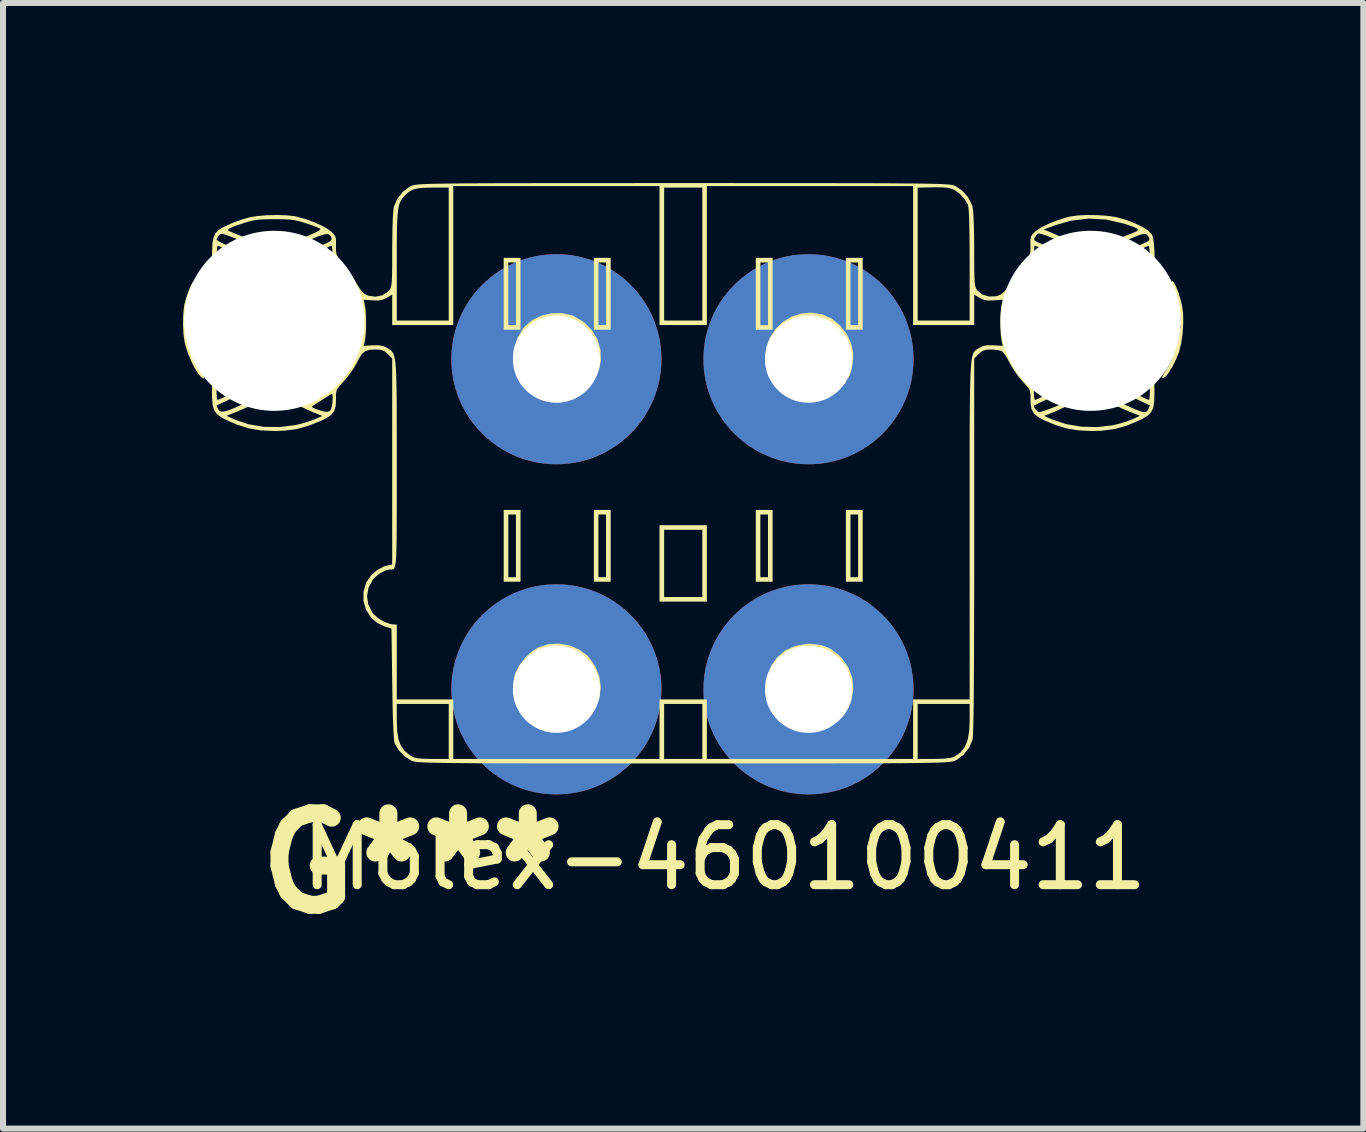
<source format=kicad_pcb>
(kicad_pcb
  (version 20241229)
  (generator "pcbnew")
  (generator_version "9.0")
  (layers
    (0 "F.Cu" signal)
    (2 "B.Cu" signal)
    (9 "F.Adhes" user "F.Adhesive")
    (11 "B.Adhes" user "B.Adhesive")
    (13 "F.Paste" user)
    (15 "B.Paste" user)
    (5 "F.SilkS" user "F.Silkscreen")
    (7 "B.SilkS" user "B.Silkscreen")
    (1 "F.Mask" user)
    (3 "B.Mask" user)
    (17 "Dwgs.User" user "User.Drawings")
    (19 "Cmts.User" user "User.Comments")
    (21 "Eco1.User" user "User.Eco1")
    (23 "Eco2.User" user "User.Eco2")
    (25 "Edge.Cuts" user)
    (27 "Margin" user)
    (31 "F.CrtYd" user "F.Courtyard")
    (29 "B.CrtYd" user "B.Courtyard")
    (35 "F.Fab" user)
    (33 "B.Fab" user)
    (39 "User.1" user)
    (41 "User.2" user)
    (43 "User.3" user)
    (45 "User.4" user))
  (footprint "Molex-460100411"
    (layer "F.Cu")
    (at 8.32 4.835)
    (property "Reference" "Molex-460100411" (at 0.7 6.4 0) (unlocked yes) (layer "F.SilkS") (effects (font (size 1 1) (thickness 0.15))))
    (attr through_hole)
    (fp_poly (pts (xy -2.698 -2.392) (xy -2.978 -2.392) (xy -2.978 -3.512) (xy -2.901 -3.512) (xy -2.901 -2.469) (xy -2.774 -2.469) (xy -2.774 -3.512) (xy -2.901 -3.512) (xy -2.978 -3.512) (xy -2.978 -3.589) (xy -2.698 -3.589)) (stroke (width 0) (type solid)) (fill yes) (layer "F.SilkS"))
    (fp_poly (pts (xy -2.698 1.807) (xy -2.978 1.807) (xy -2.978 0.687) (xy -2.901 0.687) (xy -2.901 1.731) (xy -2.774 1.731) (xy -2.774 0.687) (xy -2.901 0.687) (xy -2.978 0.687) (xy -2.978 0.611) (xy -2.698 0.611)) (stroke (width 0) (type solid)) (fill yes) (layer "F.SilkS"))
    (fp_poly (pts (xy -1.196 -2.392) (xy -1.476 -2.392) (xy -1.476 -3.512) (xy -1.4 -3.512) (xy -1.4 -2.469) (xy -1.273 -2.469) (xy -1.273 -3.512) (xy -1.4 -3.512) (xy -1.476 -3.512) (xy -1.476 -3.589) (xy -1.196 -3.589)) (stroke (width 0) (type solid)) (fill yes) (layer "F.SilkS"))
    (fp_poly (pts (xy -1.196 1.807) (xy -1.476 1.807) (xy -1.476 0.687) (xy -1.4 0.687) (xy -1.4 1.731) (xy -1.273 1.731) (xy -1.273 0.687) (xy -1.4 0.687) (xy -1.476 0.687) (xy -1.476 0.611) (xy -1.196 0.611)) (stroke (width 0) (type solid)) (fill yes) (layer "F.SilkS"))
    (fp_poly (pts (xy 0.407 2.138) (xy -0.382 2.138) (xy -0.382 0.942) (xy -0.305 0.942) (xy -0.305 2.062) (xy 0.331 2.062) (xy 0.331 0.942) (xy -0.305 0.942) (xy -0.382 0.942) (xy -0.382 0.865) (xy 0.407 0.865)) (stroke (width 0) (type solid)) (fill yes) (layer "F.SilkS"))
    (fp_poly (pts (xy 1.502 -2.392) (xy 1.222 -2.392) (xy 1.222 -3.512) (xy 1.298 -3.512) (xy 1.298 -2.469) (xy 1.425 -2.469) (xy 1.425 -3.512) (xy 1.298 -3.512) (xy 1.222 -3.512) (xy 1.222 -3.589) (xy 1.502 -3.589)) (stroke (width 0) (type solid)) (fill yes) (layer "F.SilkS"))
    (fp_poly (pts (xy 1.502 1.807) (xy 1.222 1.807) (xy 1.222 0.687) (xy 1.298 0.687) (xy 1.298 1.731) (xy 1.425 1.731) (xy 1.425 0.687) (xy 1.298 0.687) (xy 1.222 0.687) (xy 1.222 0.611) (xy 1.502 0.611)) (stroke (width 0) (type solid)) (fill yes) (layer "F.SilkS"))
    (fp_poly (pts (xy 3.003 -2.392) (xy 2.723 -2.392) (xy 2.723 -3.512) (xy 2.8 -3.512) (xy 2.8 -2.469) (xy 2.927 -2.469) (xy 2.927 -3.512) (xy 2.8 -3.512) (xy 2.723 -3.512) (xy 2.723 -3.589) (xy 3.003 -3.589)) (stroke (width 0) (type solid)) (fill yes) (layer "F.SilkS"))
    (fp_poly (pts (xy 3.003 1.807) (xy 2.723 1.807) (xy 2.723 0.687) (xy 2.8 0.687) (xy 2.8 1.731) (xy 2.927 1.731) (xy 2.927 0.687) (xy 2.8 0.687) (xy 2.723 0.687) (xy 2.723 0.611) (xy 3.003 0.611)) (stroke (width 0) (type solid)) (fill yes) (layer "F.SilkS"))
    (fp_poly (pts (xy -1.886 2.867) (xy -1.724 2.934) (xy -1.587 3.035) (xy -1.563 3.06) (xy -1.451 3.218) (xy -1.384 3.388) (xy -1.361 3.563) (xy -1.38 3.735) (xy -1.439 3.898) (xy -1.537 4.044) (xy -1.672 4.166) (xy -1.838 4.255) (xy -1.965 4.287) (xy -2.111 4.297) (xy -2.251 4.284) (xy -2.319 4.266) (xy -2.499 4.181) (xy -2.638 4.067) (xy -2.737 3.923) (xy -2.745 3.907) (xy -2.801 3.741) (xy -2.815 3.614) (xy -2.755 3.614) (xy -2.741 3.705) (xy -2.693 3.85) (xy -2.605 3.986) (xy -2.485 4.099) (xy -2.345 4.18) (xy -2.322 4.189) (xy -2.191 4.217) (xy -2.04 4.221) (xy -1.898 4.2) (xy -1.878 4.195) (xy -1.75 4.133) (xy -1.629 4.032) (xy -1.529 3.905) (xy -1.458 3.764) (xy -1.439 3.697) (xy -1.421 3.614) (xy -2.755 3.614) (xy -2.815 3.614) (xy -2.821 3.563) (xy -2.818 3.538) (xy -2.755 3.538) (xy -1.42 3.538) (xy -1.437 3.443) (xy -1.493 3.28) (xy -1.592 3.133) (xy -1.726 3.011) (xy -1.807 2.962) (xy -1.911 2.928) (xy -2.042 2.913) (xy -2.181 2.918) (xy -2.308 2.942) (xy -2.381 2.97) (xy -2.53 3.074) (xy -2.645 3.209) (xy -2.72 3.364) (xy -2.741 3.45) (xy -2.755 3.538) (xy -2.818 3.538) (xy -2.803 3.393) (xy -2.788 3.338) (xy -2.724 3.206) (xy -2.624 3.077) (xy -2.505 2.966) (xy -2.399 2.9) (xy -2.236 2.848) (xy -2.061 2.838)) (stroke (width 0) (type solid)) (fill yes) (layer "F.SilkS"))
    (fp_poly (pts (xy 2.304 2.86) (xy 2.458 2.918) (xy 2.596 3.02) (xy 2.658 3.083) (xy 2.769 3.242) (xy 2.832 3.415) (xy 2.847 3.6) (xy 2.813 3.792) (xy 2.774 3.897) (xy 2.697 4.024) (xy 2.585 4.134) (xy 2.429 4.232) (xy 2.418 4.238) (xy 2.311 4.274) (xy 2.178 4.292) (xy 2.037 4.292) (xy 1.911 4.272) (xy 1.863 4.257) (xy 1.688 4.161) (xy 1.551 4.033) (xy 1.453 3.877) (xy 1.4 3.699) (xy 1.393 3.614) (xy 1.447 3.614) (xy 1.465 3.697) (xy 1.514 3.833) (xy 1.597 3.965) (xy 1.703 4.079) (xy 1.821 4.164) (xy 1.889 4.193) (xy 2.001 4.215) (xy 2.135 4.22) (xy 2.264 4.209) (xy 2.348 4.189) (xy 2.496 4.111) (xy 2.621 3.996) (xy 2.713 3.856) (xy 2.762 3.709) (xy 2.78 3.614) (xy 1.447 3.614) (xy 1.393 3.614) (xy 1.39 3.576) (xy 1.394 3.538) (xy 1.445 3.538) (xy 2.11 3.538) (xy 2.312 3.537) (xy 2.469 3.536) (xy 2.586 3.534) (xy 2.669 3.531) (xy 2.724 3.525) (xy 2.756 3.518) (xy 2.771 3.508) (xy 2.774 3.496) (xy 2.752 3.379) (xy 2.693 3.253) (xy 2.605 3.133) (xy 2.497 3.029) (xy 2.408 2.971) (xy 2.291 2.93) (xy 2.149 2.913) (xy 2.003 2.918) (xy 1.872 2.947) (xy 1.82 2.97) (xy 1.673 3.075) (xy 1.557 3.211) (xy 1.482 3.369) (xy 1.463 3.443) (xy 1.445 3.538) (xy 1.394 3.538) (xy 1.411 3.381) (xy 1.476 3.208) (xy 1.579 3.064) (xy 1.715 2.951) (xy 1.88 2.876) (xy 2.068 2.842) (xy 2.125 2.84)) (stroke (width 0) (type solid)) (fill yes) (layer "F.SilkS"))
    (fp_poly (pts (xy 2.334 -2.646) (xy 2.342 -2.644) (xy 2.492 -2.574) (xy 2.625 -2.464) (xy 2.734 -2.325) (xy 2.81 -2.168) (xy 2.843 -2.015) (xy 2.844 -1.925) (xy 2.834 -1.825) (xy 2.817 -1.728) (xy 2.793 -1.646) (xy 2.768 -1.592) (xy 2.748 -1.578) (xy 2.728 -1.557) (xy 2.723 -1.527) (xy 2.721 -1.511) (xy 2.712 -1.499) (xy 2.689 -1.49) (xy 2.646 -1.483) (xy 2.578 -1.479) (xy 2.478 -1.477) (xy 2.34 -1.476) (xy 2.158 -1.476) (xy 2.125 -1.476) (xy 1.936 -1.476) (xy 1.791 -1.477) (xy 1.685 -1.479) (xy 1.612 -1.483) (xy 1.566 -1.489) (xy 1.54 -1.498) (xy 1.529 -1.509) (xy 1.527 -1.524) (xy 1.51 -1.572) (xy 1.49 -1.587) (xy 1.463 -1.617) (xy 1.433 -1.682) (xy 1.411 -1.746) (xy 1.395 -1.844) (xy 1.455 -1.844) (xy 1.461 -1.809) (xy 1.478 -1.762) (xy 1.489 -1.729) (xy 1.513 -1.665) (xy 1.536 -1.616) (xy 1.566 -1.581) (xy 1.61 -1.557) (xy 1.675 -1.542) (xy 1.768 -1.533) (xy 1.895 -1.53) (xy 2.065 -1.529) (xy 2.129 -1.529) (xy 2.642 -1.527) (xy 2.708 -1.659) (xy 2.745 -1.743) (xy 2.769 -1.816) (xy 2.774 -1.85) (xy 2.774 -1.909) (xy 2.112 -1.909) (xy 1.907 -1.909) (xy 1.747 -1.908) (xy 1.628 -1.906) (xy 1.544 -1.9) (xy 1.491 -1.888) (xy 1.463 -1.87) (xy 1.455 -1.844) (xy 1.395 -1.844) (xy 1.382 -1.927) (xy 1.388 -1.985) (xy 1.447 -1.985) (xy 2.774 -1.985) (xy 2.774 -2.042) (xy 2.757 -2.123) (xy 2.715 -2.224) (xy 2.654 -2.327) (xy 2.607 -2.39) (xy 2.49 -2.492) (xy 2.344 -2.56) (xy 2.181 -2.594) (xy 2.012 -2.59) (xy 1.851 -2.547) (xy 1.81 -2.529) (xy 1.663 -2.429) (xy 1.552 -2.293) (xy 1.479 -2.124) (xy 1.465 -2.068) (xy 1.447 -1.985) (xy 1.388 -1.985) (xy 1.399 -2.1) (xy 1.455 -2.259) (xy 1.547 -2.4) (xy 1.667 -2.518) (xy 1.812 -2.606) (xy 1.974 -2.66) (xy 2.15 -2.676)) (stroke (width 0) (type solid)) (fill yes) (layer "F.SilkS"))
    (fp_poly (pts (xy -1.839 -2.631) (xy -1.8 -2.615) (xy -1.635 -2.514) (xy -1.506 -2.382) (xy -1.414 -2.227) (xy -1.365 -2.055) (xy -1.36 -1.873) (xy -1.385 -1.746) (xy -1.414 -1.665) (xy -1.444 -1.607) (xy -1.464 -1.587) (xy -1.496 -1.552) (xy -1.502 -1.524) (xy -1.504 -1.509) (xy -1.515 -1.497) (xy -1.541 -1.489) (xy -1.587 -1.483) (xy -1.661 -1.479) (xy -1.767 -1.477) (xy -1.912 -1.476) (xy -2.1 -1.476) (xy -2.289 -1.476) (xy -2.434 -1.477) (xy -2.539 -1.479) (xy -2.612 -1.483) (xy -2.658 -1.489) (xy -2.684 -1.497) (xy -2.695 -1.509) (xy -2.698 -1.524) (xy -2.698 -1.527) (xy -2.708 -1.568) (xy -2.721 -1.578) (xy -2.742 -1.6) (xy -2.769 -1.657) (xy -2.788 -1.709) (xy -2.822 -1.889) (xy -2.821 -1.909) (xy -2.749 -1.909) (xy -2.749 -1.85) (xy -2.738 -1.795) (xy -2.709 -1.717) (xy -2.683 -1.659) (xy -2.617 -1.527) (xy -2.109 -1.527) (xy -1.934 -1.527) (xy -1.802 -1.529) (xy -1.707 -1.533) (xy -1.641 -1.538) (xy -1.598 -1.547) (xy -1.569 -1.56) (xy -1.552 -1.573) (xy -1.513 -1.627) (xy -1.473 -1.708) (xy -1.441 -1.795) (xy -1.426 -1.867) (xy -1.425 -1.874) (xy -1.433 -1.885) (xy -1.46 -1.893) (xy -1.512 -1.899) (xy -1.593 -1.904) (xy -1.709 -1.907) (xy -1.864 -1.908) (xy -2.065 -1.909) (xy -2.087 -1.909) (xy -2.749 -1.909) (xy -2.821 -1.909) (xy -2.815 -1.985) (xy -2.749 -1.985) (xy -1.421 -1.985) (xy -1.439 -2.068) (xy -1.474 -2.175) (xy -1.532 -2.288) (xy -1.601 -2.39) (xy -1.668 -2.458) (xy -1.815 -2.542) (xy -1.978 -2.587) (xy -2.146 -2.595) (xy -2.309 -2.564) (xy -2.456 -2.498) (xy -2.577 -2.396) (xy -2.582 -2.39) (xy -2.649 -2.295) (xy -2.705 -2.191) (xy -2.74 -2.095) (xy -2.748 -2.042) (xy -2.749 -1.985) (xy -2.815 -1.985) (xy -2.809 -2.074) (xy -2.751 -2.253) (xy -2.651 -2.417) (xy -2.624 -2.45) (xy -2.499 -2.555) (xy -2.346 -2.628) (xy -2.177 -2.667) (xy -2.003 -2.668)) (stroke (width 0) (type solid)) (fill yes) (layer "F.SilkS"))
    (fp_poly (pts (xy 0.57 -4.835) (xy 1.078 -4.834) (xy 1.541 -4.834) (xy 1.959 -4.834) (xy 2.335 -4.834) (xy 2.672 -4.833) (xy 2.972 -4.833) (xy 3.236 -4.832) (xy 3.468 -4.831) (xy 3.67 -4.829) (xy 3.843 -4.828) (xy 3.991 -4.826) (xy 4.115 -4.824) (xy 4.218 -4.821) (xy 4.301 -4.819) (xy 4.368 -4.815) (xy 4.421 -4.812) (xy 4.461 -4.808) (xy 4.491 -4.803) (xy 4.514 -4.798) (xy 4.532 -4.793) (xy 4.545 -4.787) (xy 4.662 -4.709) (xy 4.76 -4.597) (xy 4.825 -4.468) (xy 4.833 -4.44) (xy 4.842 -4.379) (xy 4.849 -4.275) (xy 4.855 -4.135) (xy 4.859 -3.966) (xy 4.861 -3.776) (xy 4.861 -3.721) (xy 4.861 -3.528) (xy 4.862 -3.38) (xy 4.865 -3.27) (xy 4.869 -3.19) (xy 4.875 -3.134) (xy 4.885 -3.096) (xy 4.897 -3.068) (xy 4.913 -3.045) (xy 4.996 -2.978) (xy 5.104 -2.945) (xy 5.221 -2.949) (xy 5.257 -2.958) (xy 5.312 -2.984) (xy 5.361 -3.026) (xy 5.414 -3.095) (xy 5.46 -3.169) (xy 5.531 -3.279) (xy 5.613 -3.397) (xy 5.685 -3.493) (xy 5.746 -3.572) (xy 5.78 -3.629) (xy 5.796 -3.684) (xy 5.799 -3.755) (xy 5.798 -3.797) (xy 5.797 -3.885) (xy 5.802 -3.913) (xy 5.861 -3.913) (xy 5.864 -3.882) (xy 5.904 -3.855) (xy 5.962 -3.831) (xy 6.033 -3.799) (xy 6.131 -3.748) (xy 6.236 -3.688) (xy 6.274 -3.665) (xy 6.379 -3.601) (xy 6.449 -3.562) (xy 6.49 -3.544) (xy 6.51 -3.544) (xy 6.515 -3.56) (xy 6.515 -3.563) (xy 6.532 -3.598) (xy 6.568 -3.642) (xy 6.603 -3.681) (xy 6.613 -3.702) (xy 6.601 -3.71) (xy 7.027 -3.71) (xy 7.095 -3.624) (xy 7.14 -3.572) (xy 7.171 -3.555) (xy 7.205 -3.567) (xy 7.222 -3.578) (xy 7.278 -3.613) (xy 7.356 -3.66) (xy 7.407 -3.691) (xy 7.507 -3.746) (xy 7.616 -3.8) (xy 7.66 -3.82) (xy 7.739 -3.856) (xy 7.777 -3.883) (xy 7.781 -3.911) (xy 7.758 -3.951) (xy 7.754 -3.956) (xy 7.726 -3.984) (xy 7.69 -3.989) (xy 7.627 -3.973) (xy 7.62 -3.971) (xy 7.555 -3.946) (xy 7.458 -3.906) (xy 7.346 -3.857) (xy 7.274 -3.824) (xy 7.027 -3.71) (xy 6.601 -3.71) (xy 6.579 -3.723) (xy 6.51 -3.758) (xy 6.418 -3.802) (xy 6.316 -3.85) (xy 6.214 -3.896) (xy 6.125 -3.935) (xy 6.061 -3.96) (xy 5.984 -3.986) (xy 5.939 -3.995) (xy 5.913 -3.986) (xy 5.891 -3.96) (xy 5.889 -3.959) (xy 5.861 -3.913) (xy 5.802 -3.913) (xy 5.806 -3.941) (xy 5.832 -3.983) (xy 5.881 -4.029) (xy 5.889 -4.036) (xy 5.927 -4.062) (xy 6.02 -4.062) (xy 6.172 -3.998) (xy 6.269 -3.955) (xy 6.388 -3.898) (xy 6.506 -3.839) (xy 6.528 -3.827) (xy 6.63 -3.778) (xy 6.724 -3.74) (xy 6.796 -3.72) (xy 6.814 -3.718) (xy 6.881 -3.73) (xy 6.982 -3.766) (xy 7.111 -3.824) (xy 7.149 -3.843) (xy 7.252 -3.894) (xy 7.337 -3.935) (xy 7.394 -3.962) (xy 7.414 -3.97) (xy 7.442 -3.979) (xy 7.5 -4.002) (xy 7.522 -4.011) (xy 7.571 -4.034) (xy 7.591 -4.054) (xy 7.578 -4.075) (xy 7.527 -4.1) (xy 7.434 -4.133) (xy 7.35 -4.161) (xy 7.06 -4.227) (xy 6.769 -4.243) (xy 6.477 -4.209) (xy 6.205 -4.131) (xy 6.02 -4.062) (xy 5.927 -4.062) (xy 5.977 -4.095) (xy 6.101 -4.157) (xy 6.246 -4.215) (xy 6.397 -4.262) (xy 6.461 -4.278) (xy 6.582 -4.295) (xy 6.735 -4.303) (xy 6.902 -4.301) (xy 7.065 -4.291) (xy 7.206 -4.271) (xy 7.238 -4.265) (xy 7.389 -4.222) (xy 7.533 -4.168) (xy 7.659 -4.107) (xy 7.757 -4.045) (xy 7.817 -3.986) (xy 7.824 -3.974) (xy 7.842 -3.917) (xy 7.855 -3.828) (xy 7.863 -3.719) (xy 7.868 -3.598) (xy 7.868 -3.478) (xy 7.863 -3.368) (xy 7.854 -3.28) (xy 7.84 -3.223) (xy 7.826 -3.207) (xy 7.809 -3.215) (xy 7.798 -3.243) (xy 7.792 -3.301) (xy 7.789 -3.395) (xy 7.788 -3.499) (xy 7.786 -3.615) (xy 7.782 -3.708) (xy 7.776 -3.771) (xy 7.769 -3.792) (xy 7.735 -3.779) (xy 7.669 -3.747) (xy 7.581 -3.701) (xy 7.484 -3.647) (xy 7.388 -3.592) (xy 7.304 -3.542) (xy 7.244 -3.503) (xy 7.234 -3.496) (xy 7.181 -3.448) (xy 7.157 -3.396) (xy 7.152 -3.32) (xy 7.147 -3.245) (xy 7.129 -3.211) (xy 7.114 -3.207) (xy 7.093 -3.217) (xy 7.081 -3.255) (xy 7.076 -3.33) (xy 7.075 -3.384) (xy 7.069 -3.5) (xy 7.044 -3.575) (xy 6.991 -3.618) (xy 6.903 -3.636) (xy 6.815 -3.639) (xy 6.703 -3.632) (xy 6.629 -3.602) (xy 6.587 -3.544) (xy 6.569 -3.449) (xy 6.566 -3.372) (xy 6.564 -3.279) (xy 6.555 -3.228) (xy 6.537 -3.208) (xy 6.528 -3.207) (xy 6.504 -3.221) (xy 6.492 -3.27) (xy 6.49 -3.328) (xy 6.488 -3.393) (xy 6.476 -3.437) (xy 6.444 -3.473) (xy 6.383 -3.516) (xy 6.343 -3.542) (xy 6.265 -3.589) (xy 6.171 -3.642) (xy 6.073 -3.695) (xy 5.982 -3.742) (xy 5.911 -3.776) (xy 5.87 -3.792) (xy 5.867 -3.792) (xy 5.862 -3.768) (xy 5.858 -3.704) (xy 5.855 -3.608) (xy 5.854 -3.499) (xy 5.853 -3.37) (xy 5.849 -3.284) (xy 5.841 -3.233) (xy 5.828 -3.211) (xy 5.817 -3.207) (xy 5.793 -3.223) (xy 5.779 -3.275) (xy 5.772 -3.352) (xy 5.765 -3.497) (xy 5.665 -3.352) (xy 5.613 -3.28) (xy 5.571 -3.228) (xy 5.547 -3.207) (xy 5.547 -3.207) (xy 5.523 -3.184) (xy 5.492 -3.122) (xy 5.459 -3.034) (xy 5.427 -2.931) (xy 5.399 -2.824) (xy 5.379 -2.725) (xy 5.37 -2.645) (xy 5.37 -2.641) (xy 5.37 -2.545) (xy 8.3 -2.545) (xy 8.283 -2.666) (xy 8.267 -2.748) (xy 8.239 -2.858) (xy 8.204 -2.973) (xy 8.196 -2.997) (xy 8.162 -3.105) (xy 8.147 -3.171) (xy 8.149 -3.203) (xy 8.158 -3.207) (xy 8.186 -3.183) (xy 8.22 -3.119) (xy 8.258 -3.024) (xy 8.296 -2.906) (xy 8.322 -2.803) (xy 8.341 -2.668) (xy 8.344 -2.504) (xy 8.333 -2.329) (xy 8.309 -2.163) (xy 8.274 -2.023) (xy 8.273 -2.02) (xy 8.225 -1.902) (xy 8.17 -1.789) (xy 8.112 -1.691) (xy 8.059 -1.62) (xy 8.016 -1.584) (xy 8.01 -1.583) (xy 7.992 -1.587) (xy 7.998 -1.616) (xy 8.031 -1.675) (xy 8.063 -1.726) (xy 8.148 -1.885) (xy 8.22 -2.074) (xy 8.271 -2.269) (xy 8.284 -2.348) (xy 8.3 -2.469) (xy 5.37 -2.469) (xy 5.37 -2.377) (xy 5.383 -2.252) (xy 5.419 -2.103) (xy 5.472 -1.95) (xy 5.53 -1.823) (xy 5.583 -1.733) (xy 5.641 -1.652) (xy 5.695 -1.588) (xy 5.74 -1.549) (xy 5.768 -1.543) (xy 5.772 -1.549) (xy 5.802 -1.575) (xy 5.818 -1.578) (xy 5.838 -1.566) (xy 5.849 -1.523) (xy 5.853 -1.44) (xy 5.854 -1.4) (xy 5.856 -1.312) (xy 5.863 -1.248) (xy 5.872 -1.222) (xy 5.873 -1.222) (xy 5.909 -1.234) (xy 5.977 -1.266) (xy 6.066 -1.312) (xy 6.166 -1.365) (xy 6.263 -1.421) (xy 6.348 -1.472) (xy 6.375 -1.49) (xy 6.466 -1.547) (xy 6.523 -1.572) (xy 6.554 -1.567) (xy 6.566 -1.533) (xy 6.566 -1.516) (xy 6.589 -1.446) (xy 6.655 -1.4) (xy 6.767 -1.377) (xy 6.835 -1.374) (xy 6.945 -1.382) (xy 7.017 -1.409) (xy 7.063 -1.461) (xy 7.087 -1.521) (xy 7.107 -1.565) (xy 7.122 -1.578) (xy 7.151 -1.565) (xy 7.208 -1.53) (xy 7.273 -1.488) (xy 7.344 -1.443) (xy 7.434 -1.391) (xy 7.533 -1.337) (xy 7.627 -1.287) (xy 7.707 -1.248) (xy 7.76 -1.225) (xy 7.773 -1.222) (xy 7.78 -1.245) (xy 7.786 -1.306) (xy 7.788 -1.393) (xy 7.788 -1.4) (xy 7.79 -1.497) (xy 7.798 -1.552) (xy 7.814 -1.575) (xy 7.826 -1.578) (xy 7.845 -1.569) (xy 7.856 -1.537) (xy 7.862 -1.472) (xy 7.864 -1.366) (xy 7.864 -1.348) (xy 7.861 -1.203) (xy 7.845 -1.099) (xy 7.811 -1.022) (xy 7.753 -0.962) (xy 7.665 -0.908) (xy 7.602 -0.877) (xy 7.394 -0.79) (xy 7.196 -0.736) (xy 6.987 -0.709) (xy 6.821 -0.704) (xy 6.602 -0.714) (xy 6.406 -0.746) (xy 6.212 -0.805) (xy 6.055 -0.87) (xy 5.937 -0.93) (xy 5.905 -0.955) (xy 6.026 -0.955) (xy 6.155 -0.899) (xy 6.388 -0.82) (xy 6.644 -0.777) (xy 6.908 -0.769) (xy 7.164 -0.799) (xy 7.181 -0.803) (xy 7.296 -0.831) (xy 7.411 -0.867) (xy 7.494 -0.899) (xy 7.621 -0.957) (xy 7.444 -1.028) (xy 7.328 -1.077) (xy 7.197 -1.139) (xy 7.083 -1.198) (xy 6.987 -1.245) (xy 6.899 -1.281) (xy 6.834 -1.297) (xy 6.825 -1.298) (xy 6.77 -1.286) (xy 6.685 -1.255) (xy 6.584 -1.21) (xy 6.537 -1.187) (xy 6.422 -1.128) (xy 6.302 -1.071) (xy 6.199 -1.025) (xy 6.175 -1.015) (xy 6.026 -0.955) (xy 5.905 -0.955) (xy 5.86 -0.991) (xy 5.817 -1.063) (xy 5.81 -1.106) (xy 5.857 -1.106) (xy 5.881 -1.068) (xy 5.915 -1.032) (xy 5.943 -1.018) (xy 5.983 -1.027) (xy 6.055 -1.051) (xy 6.148 -1.085) (xy 6.178 -1.096) (xy 6.289 -1.143) (xy 6.4 -1.193) (xy 6.487 -1.236) (xy 6.495 -1.24) (xy 6.614 -1.304) (xy 6.614 -1.305) (xy 7.027 -1.305) (xy 7.3 -1.177) (xy 7.448 -1.108) (xy 7.557 -1.06) (xy 7.635 -1.031) (xy 7.687 -1.019) (xy 7.722 -1.023) (xy 7.745 -1.042) (xy 7.764 -1.071) (xy 7.782 -1.114) (xy 7.784 -1.131) (xy 7.758 -1.144) (xy 7.699 -1.172) (xy 7.617 -1.21) (xy 7.607 -1.215) (xy 7.495 -1.27) (xy 7.378 -1.334) (xy 7.299 -1.381) (xy 7.16 -1.47) (xy 7.094 -1.387) (xy 7.027 -1.305) (xy 6.614 -1.305) (xy 6.548 -1.387) (xy 6.482 -1.47) (xy 6.35 -1.386) (xy 6.256 -1.33) (xy 6.142 -1.268) (xy 6.042 -1.217) (xy 5.957 -1.177) (xy 5.893 -1.145) (xy 5.86 -1.129) (xy 5.858 -1.129) (xy 5.857 -1.106) (xy 5.81 -1.106) (xy 5.8 -1.16) (xy 5.799 -1.232) (xy 5.799 -1.311) (xy 5.791 -1.366) (xy 5.768 -1.414) (xy 5.723 -1.47) (xy 5.663 -1.535) (xy 5.582 -1.634) (xy 5.504 -1.747) (xy 5.448 -1.846) (xy 5.403 -1.931) (xy 5.357 -1.999) (xy 5.322 -2.035) (xy 5.267 -2.05) (xy 5.186 -2.06) (xy 5.141 -2.062) (xy 5.054 -2.056) (xy 4.995 -2.036) (xy 4.94 -1.991) (xy 4.936 -1.987) (xy 4.861 -1.913) (xy 4.861 1.208) (xy 4.861 1.735) (xy 4.86 2.211) (xy 4.859 2.639) (xy 4.858 3.019) (xy 4.856 3.351) (xy 4.854 3.638) (xy 4.852 3.879) (xy 4.849 4.076) (xy 4.845 4.23) (xy 4.841 4.342) (xy 4.837 4.413) (xy 4.833 4.44) (xy 4.777 4.571) (xy 4.685 4.688) (xy 4.571 4.775) (xy 4.545 4.787) (xy 4.53 4.793) (xy 4.513 4.799) (xy 4.489 4.804) (xy 4.458 4.808) (xy 4.417 4.812) (xy 4.363 4.816) (xy 4.295 4.819) (xy 4.21 4.822) (xy 4.105 4.824) (xy 3.979 4.826) (xy 3.83 4.828) (xy 3.654 4.83) (xy 3.45 4.831) (xy 3.215 4.832) (xy 2.948 4.833) (xy 2.645 4.833) (xy 2.305 4.834) (xy 1.925 4.834) (xy 1.503 4.834) (xy 1.037 4.834) (xy 0.524 4.835) (xy 0.013 4.835) (xy -0.545 4.835) (xy -1.053 4.834) (xy -1.516 4.834) (xy -1.934 4.834) (xy -2.31 4.834) (xy -2.647 4.833) (xy -2.947 4.833) (xy -3.212 4.832) (xy -3.444 4.831) (xy -3.645 4.829) (xy -3.819 4.828) (xy -3.966 4.826) (xy -4.09 4.824) (xy -4.193 4.821) (xy -4.277 4.819) (xy -4.344 4.815) (xy -4.396 4.812) (xy -4.436 4.808) (xy -4.466 4.803) (xy -4.489 4.798) (xy -4.506 4.793) (xy -4.519 4.788) (xy -4.629 4.716) (xy -4.727 4.613) (xy -4.793 4.506) (xy -4.803 4.459) (xy -4.811 4.361) (xy -4.819 4.213) (xy -4.826 4.015) (xy -4.83 3.843) (xy -4.759 3.843) (xy -4.759 4.111) (xy -4.753 4.292) (xy -4.731 4.432) (xy -4.69 4.541) (xy -4.627 4.627) (xy -4.538 4.699) (xy -4.518 4.712) (xy -4.472 4.734) (xy -4.413 4.748) (xy -4.329 4.756) (xy -4.21 4.759) (xy -4.168 4.759) (xy -3.894 4.759) (xy -3.894 3.843) (xy -4.759 3.843) (xy -4.83 3.843) (xy -4.831 3.768) (xy -4.835 3.514) (xy -4.848 2.588) (xy -4.944 2.56) (xy -5.085 2.495) (xy -5.196 2.395) (xy -5.274 2.269) (xy -5.315 2.125) (xy -5.314 1.973) (xy -5.269 1.822) (xy -5.265 1.813) (xy -5.192 1.706) (xy -5.091 1.616) (xy -4.977 1.553) (xy -4.922 1.538) (xy -4.836 1.521) (xy -4.836 -1.913) (xy -4.91 -1.987) (xy -4.965 -2.034) (xy -5.024 -2.056) (xy -5.108 -2.062) (xy -5.115 -2.062) (xy -5.218 -2.056) (xy -5.29 -2.032) (xy -5.346 -1.982) (xy -5.398 -1.895) (xy -5.421 -1.848) (xy -5.479 -1.747) (xy -5.557 -1.635) (xy -5.637 -1.538) (xy -5.706 -1.462) (xy -5.748 -1.408) (xy -5.768 -1.361) (xy -5.774 -1.305) (xy -5.772 -1.234) (xy -5.777 -1.12) (xy -5.803 -1.034) (xy -5.859 -0.966) (xy -5.953 -0.906) (xy -6.03 -0.87) (xy -6.237 -0.788) (xy -6.429 -0.736) (xy -6.628 -0.71) (xy -6.795 -0.704) (xy -7.025 -0.714) (xy -7.228 -0.749) (xy -7.427 -0.812) (xy -7.576 -0.877) (xy -7.684 -0.933) (xy -7.717 -0.957) (xy -7.596 -0.957) (xy -7.463 -0.897) (xy -7.231 -0.817) (xy -6.976 -0.774) (xy -6.71 -0.77) (xy -6.448 -0.803) (xy -6.333 -0.831) (xy -6.217 -0.866) (xy -6.128 -0.899) (xy -6 -0.955) (xy -6.15 -1.015) (xy -6.243 -1.056) (xy -6.36 -1.111) (xy -6.362 -1.112) (xy -6.172 -1.112) (xy -6.162 -1.095) (xy -6.113 -1.073) (xy -6.082 -1.062) (xy -5.982 -1.031) (xy -5.918 -1.023) (xy -5.877 -1.038) (xy -5.855 -1.067) (xy -5.841 -1.112) (xy -5.832 -1.177) (xy -5.828 -1.246) (xy -5.829 -1.301) (xy -5.838 -1.323) (xy -5.838 -1.323) (xy -5.863 -1.311) (xy -5.918 -1.277) (xy -5.975 -1.241) (xy -6.052 -1.191) (xy -6.118 -1.149) (xy -6.148 -1.13) (xy -6.172 -1.112) (xy -6.362 -1.112) (xy -6.48 -1.17) (xy -6.512 -1.187) (xy -6.614 -1.236) (xy -6.708 -1.274) (xy -6.779 -1.295) (xy -6.799 -1.298) (xy -6.857 -1.286) (xy -6.942 -1.254) (xy -7.037 -1.209) (xy -7.057 -1.198) (xy -7.175 -1.137) (xy -7.306 -1.076) (xy -7.418 -1.028) (xy -7.596 -0.957) (xy -7.717 -0.957) (xy -7.758 -0.988) (xy -7.804 -1.054) (xy -7.825 -1.131) (xy -7.758 -1.131) (xy -7.754 -1.106) (xy -7.737 -1.068) (xy -7.713 -1.039) (xy -7.677 -1.026) (xy -7.622 -1.031) (xy -7.543 -1.056) (xy -7.432 -1.102) (xy -7.283 -1.171) (xy -7.277 -1.174) (xy -7.002 -1.305) (xy -7.002 -1.305) (xy -6.589 -1.305) (xy -6.469 -1.238) (xy -6.381 -1.194) (xy -6.315 -1.175) (xy -6.252 -1.18) (xy -6.188 -1.199) (xy -6.134 -1.222) (xy -6.109 -1.242) (xy -6.109 -1.243) (xy -6.13 -1.263) (xy -6.184 -1.301) (xy -6.261 -1.35) (xy -6.284 -1.364) (xy -6.458 -1.469) (xy -6.523 -1.387) (xy -6.589 -1.305) (xy -7.002 -1.305) (xy -7.068 -1.387) (xy -7.134 -1.47) (xy -7.274 -1.381) (xy -7.374 -1.322) (xy -7.492 -1.258) (xy -7.581 -1.215) (xy -7.664 -1.176) (xy -7.727 -1.146) (xy -7.757 -1.131) (xy -7.758 -1.131) (xy -7.825 -1.131) (xy -7.828 -1.142) (xy -7.838 -1.264) (xy -7.839 -1.348) (xy -7.837 -1.46) (xy -7.832 -1.53) (xy -7.821 -1.566) (xy -7.804 -1.578) (xy -7.801 -1.578) (xy -7.78 -1.567) (xy -7.768 -1.53) (xy -7.763 -1.456) (xy -7.763 -1.4) (xy -7.761 -1.312) (xy -7.756 -1.248) (xy -7.748 -1.222) (xy -7.748 -1.222) (xy -7.713 -1.234) (xy -7.645 -1.265) (xy -7.557 -1.31) (xy -7.459 -1.363) (xy -7.363 -1.417) (xy -7.281 -1.467) (xy -7.248 -1.488) (xy -7.155 -1.546) (xy -7.096 -1.572) (xy -7.063 -1.567) (xy -7.05 -1.53) (xy -7.05 -1.516) (xy -7.027 -1.446) (xy -6.96 -1.399) (xy -6.85 -1.377) (xy -6.79 -1.374) (xy -6.668 -1.388) (xy -6.585 -1.428) (xy -6.545 -1.493) (xy -6.541 -1.527) (xy -6.533 -1.565) (xy -6.505 -1.574) (xy -6.452 -1.553) (xy -6.365 -1.501) (xy -6.353 -1.493) (xy -6.26 -1.434) (xy -6.165 -1.377) (xy -6.117 -1.35) (xy -6.012 -1.292) (xy -5.92 -1.361) (xy -5.855 -1.422) (xy -5.83 -1.482) (xy -5.828 -1.505) (xy -5.816 -1.556) (xy -5.787 -1.58) (xy -5.757 -1.57) (xy -5.747 -1.549) (xy -5.726 -1.543) (xy -5.686 -1.573) (xy -5.633 -1.63) (xy -5.576 -1.706) (xy -5.521 -1.794) (xy -5.505 -1.823) (xy -5.441 -1.963) (xy -5.39 -2.117) (xy -5.356 -2.264) (xy -5.345 -2.377) (xy -5.345 -2.469) (xy -8.275 -2.469) (xy -8.259 -2.348) (xy -8.22 -2.159) (xy -8.157 -1.966) (xy -8.076 -1.791) (xy -8.039 -1.729) (xy -7.987 -1.641) (xy -7.968 -1.591) (xy -7.978 -1.578) (xy -8.019 -1.601) (xy -8.07 -1.662) (xy -8.127 -1.754) (xy -8.183 -1.865) (xy -8.234 -1.987) (xy -8.275 -2.109) (xy -8.294 -2.184) (xy -8.312 -2.309) (xy -8.32 -2.458) (xy -8.319 -2.611) (xy -8.308 -2.748) (xy -8.297 -2.817) (xy -8.267 -2.928) (xy -8.231 -3.033) (xy -8.193 -3.122) (xy -8.159 -3.184) (xy -8.133 -3.207) (xy -8.133 -3.207) (xy -8.12 -3.192) (xy -8.126 -3.146) (xy -8.149 -3.061) (xy -8.17 -2.997) (xy -8.206 -2.883) (xy -8.236 -2.771) (xy -8.256 -2.68) (xy -8.258 -2.666) (xy -8.275 -2.545) (xy -5.345 -2.545) (xy -5.345 -2.641) (xy -5.352 -2.718) (xy -5.371 -2.816) (xy -5.391 -2.891) (xy -5.312 -2.891) (xy -5.291 -2.801) (xy -5.278 -2.713) (xy -5.272 -2.594) (xy -5.271 -2.462) (xy -5.275 -2.337) (xy -5.286 -2.237) (xy -5.29 -2.213) (xy -5.311 -2.123) (xy -5.156 -2.132) (xy -5.054 -2.133) (xy -4.981 -2.119) (xy -4.917 -2.088) (xy -4.887 -2.069) (xy -4.861 -2.051) (xy -4.839 -2.029) (xy -4.82 -2) (xy -4.805 -1.961) (xy -4.792 -1.907) (xy -4.782 -1.836) (xy -4.774 -1.743) (xy -4.769 -1.625) (xy -4.765 -1.479) (xy -4.762 -1.3) (xy -4.76 -1.085) (xy -4.76 -0.831) (xy -4.759 -0.533) (xy -4.759 -0.189) (xy -4.759 -0.144) (xy -4.759 0.197) (xy -4.759 0.491) (xy -4.76 0.74) (xy -4.761 0.95) (xy -4.762 1.122) (xy -4.765 1.262) (xy -4.769 1.371) (xy -4.774 1.455) (xy -4.782 1.516) (xy -4.791 1.558) (xy -4.802 1.584) (xy -4.816 1.598) (xy -4.833 1.603) (xy -4.853 1.604) (xy -4.875 1.603) (xy -4.878 1.603) (xy -4.954 1.622) (xy -5.042 1.669) (xy -5.123 1.733) (xy -5.158 1.772) (xy -5.229 1.904) (xy -5.255 2.046) (xy -5.234 2.187) (xy -5.168 2.318) (xy -5.148 2.344) (xy -5.07 2.414) (xy -4.971 2.473) (xy -4.871 2.511) (xy -4.817 2.519) (xy -4.759 2.52) (xy -4.759 3.767) (xy -3.818 3.767) (xy -3.818 4.759) (xy -0.382 4.759) (xy -0.382 3.843) (xy -0.305 3.843) (xy -0.305 4.759) (xy 0.331 4.759) (xy 0.331 3.843) (xy -0.305 3.843) (xy -0.382 3.843) (xy -0.382 3.767) (xy 0.407 3.767) (xy 0.407 4.759) (xy 3.843 4.759) (xy 3.843 3.843) (xy 3.919 3.843) (xy 3.919 4.759) (xy 4.188 4.759) (xy 4.349 4.755) (xy 4.463 4.743) (xy 4.525 4.724) (xy 4.627 4.655) (xy 4.701 4.566) (xy 4.75 4.449) (xy 4.777 4.298) (xy 4.785 4.111) (xy 4.785 3.843) (xy 3.919 3.843) (xy 3.843 3.843) (xy 3.843 3.767) (xy 4.785 3.767) (xy 4.785 0.954) (xy 4.785 0.504) (xy 4.785 0.103) (xy 4.785 -0.253) (xy 4.785 -0.566) (xy 4.786 -0.84) (xy 4.788 -1.077) (xy 4.79 -1.279) (xy 4.793 -1.451) (xy 4.797 -1.594) (xy 4.803 -1.711) (xy 4.809 -1.806) (xy 4.817 -1.881) (xy 4.827 -1.938) (xy 4.839 -1.981) (xy 4.852 -2.013) (xy 4.868 -2.035) (xy 4.885 -2.052) (xy 4.905 -2.066) (xy 4.928 -2.079) (xy 4.942 -2.088) (xy 5.007 -2.12) (xy 5.08 -2.133) (xy 5.182 -2.132) (xy 5.337 -2.123) (xy 5.316 -2.213) (xy 5.304 -2.301) (xy 5.297 -2.42) (xy 5.296 -2.552) (xy 5.301 -2.677) (xy 5.311 -2.777) (xy 5.316 -2.801) (xy 5.337 -2.891) (xy 5.189 -2.881) (xy 5.088 -2.879) (xy 5.013 -2.893) (xy 4.951 -2.923) (xy 4.861 -2.976) (xy 4.861 -2.469) (xy 3.843 -2.469) (xy 3.843 -4.759) (xy 3.919 -4.759) (xy 3.919 -2.545) (xy 4.785 -2.545) (xy 4.785 -3.472) (xy 4.784 -3.746) (xy 4.782 -3.979) (xy 4.778 -4.17) (xy 4.773 -4.317) (xy 4.766 -4.417) (xy 4.758 -4.469) (xy 4.758 -4.471) (xy 4.706 -4.561) (xy 4.626 -4.65) (xy 4.538 -4.717) (xy 4.53 -4.721) (xy 4.48 -4.742) (xy 4.42 -4.756) (xy 4.339 -4.763) (xy 4.226 -4.765) (xy 4.117 -4.763) (xy 3.919 -4.759) (xy 3.843 -4.759) (xy 3.843 -4.785) (xy 0.407 -4.785) (xy 0.407 -2.469) (xy -0.382 -2.469) (xy -0.382 -4.759) (xy -0.305 -4.759) (xy -0.305 -2.545) (xy 0.331 -2.545) (xy 0.331 -4.759) (xy -0.305 -4.759) (xy -0.382 -4.759) (xy -0.382 -4.785) (xy -3.818 -4.785) (xy -3.818 -2.469) (xy -4.836 -2.469) (xy -4.836 -2.976) (xy -4.926 -2.923) (xy -4.996 -2.891) (xy -5.072 -2.878) (xy -5.164 -2.881) (xy -5.312 -2.891) (xy -5.391 -2.891) (xy -5.399 -2.923) (xy -5.431 -3.027) (xy -5.464 -3.117) (xy -5.495 -3.181) (xy -5.52 -3.207) (xy -5.522 -3.207) (xy -5.544 -3.226) (xy -5.586 -3.277) (xy -5.638 -3.349) (xy -5.64 -3.352) (xy -5.739 -3.497) (xy -5.747 -3.352) (xy -5.756 -3.263) (xy -5.771 -3.217) (xy -5.791 -3.207) (xy -5.808 -3.216) (xy -5.819 -3.247) (xy -5.825 -3.308) (xy -5.828 -3.408) (xy -5.828 -3.499) (xy -5.829 -3.615) (xy -5.832 -3.709) (xy -5.837 -3.771) (xy -5.842 -3.792) (xy -5.876 -3.78) (xy -5.943 -3.749) (xy -6.031 -3.703) (xy -6.128 -3.651) (xy -6.223 -3.598) (xy -6.304 -3.549) (xy -6.356 -3.514) (xy -6.421 -3.464) (xy -6.453 -3.42) (xy -6.464 -3.365) (xy -6.465 -3.321) (xy -6.47 -3.246) (xy -6.487 -3.211) (xy -6.503 -3.207) (xy -6.524 -3.218) (xy -6.536 -3.257) (xy -6.541 -3.335) (xy -6.541 -3.372) (xy -6.548 -3.493) (xy -6.575 -3.572) (xy -6.629 -3.617) (xy -6.718 -3.637) (xy -6.793 -3.639) (xy -6.91 -3.632) (xy -6.987 -3.604) (xy -7.035 -3.547) (xy -7.06 -3.453) (xy -7.069 -3.378) (xy -7.08 -3.283) (xy -7.095 -3.226) (xy -7.109 -3.209) (xy -7.121 -3.235) (xy -7.126 -3.308) (xy -7.126 -3.32) (xy -7.132 -3.398) (xy -7.157 -3.449) (xy -7.209 -3.496) (xy -7.261 -3.532) (xy -7.34 -3.58) (xy -7.435 -3.634) (xy -7.533 -3.688) (xy -7.624 -3.737) (xy -7.696 -3.773) (xy -7.739 -3.791) (xy -7.743 -3.792) (xy -7.751 -3.768) (xy -7.757 -3.704) (xy -7.761 -3.608) (xy -7.763 -3.499) (xy -7.764 -3.371) (xy -7.767 -3.285) (xy -7.775 -3.235) (xy -7.787 -3.211) (xy -7.801 -3.207) (xy -7.817 -3.214) (xy -7.827 -3.241) (xy -7.834 -3.296) (xy -7.838 -3.385) (xy -7.839 -3.516) (xy -7.839 -3.538) (xy -7.837 -3.707) (xy -7.83 -3.834) (xy -7.819 -3.892) (xy -7.763 -3.892) (xy -7.741 -3.874) (xy -7.685 -3.843) (xy -7.616 -3.811) (xy -7.516 -3.762) (xy -7.4 -3.7) (xy -7.304 -3.644) (xy -7.139 -3.543) (xy -7.071 -3.623) (xy -7.004 -3.703) (xy -7.005 -3.704) (xy -6.586 -3.704) (xy -6.575 -3.683) (xy -6.539 -3.639) (xy -6.522 -3.62) (xy -6.475 -3.572) (xy -6.443 -3.557) (xy -6.406 -3.571) (xy -6.391 -3.58) (xy -6.337 -3.614) (xy -6.258 -3.662) (xy -6.187 -3.704) (xy -6.092 -3.756) (xy -5.996 -3.805) (xy -5.938 -3.83) (xy -5.872 -3.862) (xy -5.846 -3.892) (xy -5.847 -3.923) (xy -5.87 -3.969) (xy -5.911 -3.987) (xy -5.981 -3.977) (xy -6.069 -3.948) (xy -6.135 -3.92) (xy -6.224 -3.881) (xy -6.324 -3.835) (xy -6.423 -3.789) (xy -6.508 -3.747) (xy -6.567 -3.716) (xy -6.586 -3.704) (xy -7.005 -3.704) (xy -7.16 -3.784) (xy -7.268 -3.836) (xy -7.395 -3.892) (xy -7.505 -3.935) (xy -7.599 -3.97) (xy -7.658 -3.987) (xy -7.692 -3.988) (xy -7.714 -3.975) (xy -7.728 -3.957) (xy -7.755 -3.913) (xy -7.763 -3.892) (xy -7.819 -3.892) (xy -7.812 -3.927) (xy -7.782 -3.996) (xy -7.733 -4.048) (xy -7.732 -4.049) (xy -7.571 -4.049) (xy -7.548 -4.032) (xy -7.533 -4.026) (xy -7.368 -3.959) (xy -7.202 -3.884) (xy -7.057 -3.812) (xy -7.024 -3.794) (xy -6.907 -3.74) (xy -6.804 -3.72) (xy -6.701 -3.737) (xy -6.581 -3.79) (xy -6.558 -3.803) (xy -6.454 -3.857) (xy -6.328 -3.917) (xy -6.208 -3.97) (xy -6.202 -3.972) (xy -6.099 -4.019) (xy -6.043 -4.052) (xy -6.034 -4.074) (xy -6.037 -4.076) (xy -6.075 -4.094) (xy -6.149 -4.122) (xy -6.243 -4.155) (xy -6.274 -4.166) (xy -6.37 -4.195) (xy -6.456 -4.215) (xy -6.546 -4.227) (xy -6.656 -4.232) (xy -6.795 -4.233) (xy -6.94 -4.232) (xy -7.049 -4.226) (xy -7.139 -4.214) (xy -7.224 -4.194) (xy -7.317 -4.166) (xy -7.442 -4.123) (xy -7.523 -4.091) (xy -7.564 -4.067) (xy -7.571 -4.049) (xy -7.732 -4.049) (xy -7.664 -4.093) (xy -7.574 -4.137) (xy -7.455 -4.187) (xy -7.326 -4.232) (xy -7.213 -4.264) (xy -7.212 -4.265) (xy -7.081 -4.286) (xy -6.923 -4.299) (xy -6.755 -4.303) (xy -6.596 -4.298) (xy -6.465 -4.284) (xy -6.436 -4.278) (xy -6.285 -4.237) (xy -6.136 -4.183) (xy -6.001 -4.122) (xy -5.896 -4.061) (xy -5.863 -4.036) (xy -5.811 -3.988) (xy -5.783 -3.946) (xy -5.772 -3.893) (xy -5.772 -3.81) (xy -5.772 -3.797) (xy -5.773 -3.713) (xy -5.764 -3.653) (xy -5.739 -3.599) (xy -5.691 -3.533) (xy -5.66 -3.493) (xy -5.586 -3.394) (xy -5.504 -3.277) (xy -5.435 -3.169) (xy -5.373 -3.073) (xy -5.323 -3.012) (xy -5.273 -2.976) (xy -5.231 -2.958) (xy -5.115 -2.942) (xy -5.003 -2.964) (xy -4.91 -3.021) (xy -4.888 -3.045) (xy -4.871 -3.069) (xy -4.859 -3.097) (xy -4.85 -3.135) (xy -4.843 -3.192) (xy -4.839 -3.273) (xy -4.837 -3.384) (xy -4.836 -3.462) (xy -4.759 -3.462) (xy -4.759 -2.545) (xy -3.894 -2.545) (xy -3.894 -4.759) (xy -4.162 -4.759) (xy -4.31 -4.756) (xy -4.419 -4.745) (xy -4.5 -4.722) (xy -4.565 -4.684) (xy -4.624 -4.628) (xy -4.658 -4.59) (xy -4.686 -4.552) (xy -4.708 -4.508) (xy -4.725 -4.454) (xy -4.738 -4.384) (xy -4.747 -4.292) (xy -4.753 -4.174) (xy -4.757 -4.024) (xy -4.759 -3.836) (xy -4.759 -3.605) (xy -4.759 -3.462) (xy -4.836 -3.462) (xy -4.836 -3.534) (xy -4.836 -3.721) (xy -4.834 -3.915) (xy -4.831 -4.09) (xy -4.826 -4.239) (xy -4.819 -4.354) (xy -4.81 -4.428) (xy -4.808 -4.44) (xy -4.752 -4.571) (xy -4.66 -4.688) (xy -4.545 -4.775) (xy -4.519 -4.787) (xy -4.505 -4.793) (xy -4.487 -4.799) (xy -4.464 -4.804) (xy -4.433 -4.808) (xy -4.391 -4.812) (xy -4.338 -4.816) (xy -4.269 -4.819) (xy -4.184 -4.822) (xy -4.08 -4.824) (xy -3.954 -4.826) (xy -3.804 -4.828) (xy -3.628 -4.83) (xy -3.424 -4.831) (xy -3.19 -4.832) (xy -2.922 -4.833) (xy -2.62 -4.833) (xy -2.279 -4.834) (xy -1.9 -4.834) (xy -1.478 -4.834) (xy -1.012 -4.834) (xy -0.499 -4.835) (xy 0.013 -4.835)) (stroke (width 0) (type solid)) (fill yes) (layer "F.SilkS"))
    (fp_text user "G***" (at -4.5 6.5 0) (layer "F.SilkS") (effects (font (size 1.524 1.524) (thickness 0.3))))
    (pad "" np_thru_hole circle (at -6.8 -2.54) (size 3 3) (drill 3) (layers "*.Cu" "*.Mask"))
    (pad "" np_thru_hole circle (at 6.8 -2.54) (size 3 3) (drill 3) (layers "*.Cu" "*.Mask"))
    (pad "1" thru_hole circle (at -2.1 3.6) (size 3.5 3.5) (drill 1.45) (layers "*.Cu" "B.Mask"))
    (pad "2" thru_hole circle (at 2.1 3.6) (size 3.5 3.5) (drill 1.45) (layers "*.Cu" "B.Mask"))
    (pad "3" thru_hole circle (at -2.1 -1.9) (size 3.5 3.5) (drill 1.45) (layers "*.Cu" "B.Mask"))
    (pad "4" thru_hole circle (at 2.1 -1.9) (size 3.5 3.5) (drill 1.45) (layers "*.Cu" "B.Mask")))
  (gr_rect
    (start -3 -3)
    (end 19.664 15.753)
    (stroke (width 0.1) (type default))
    (fill no)
    (layer "Edge.Cuts")))
</source>
